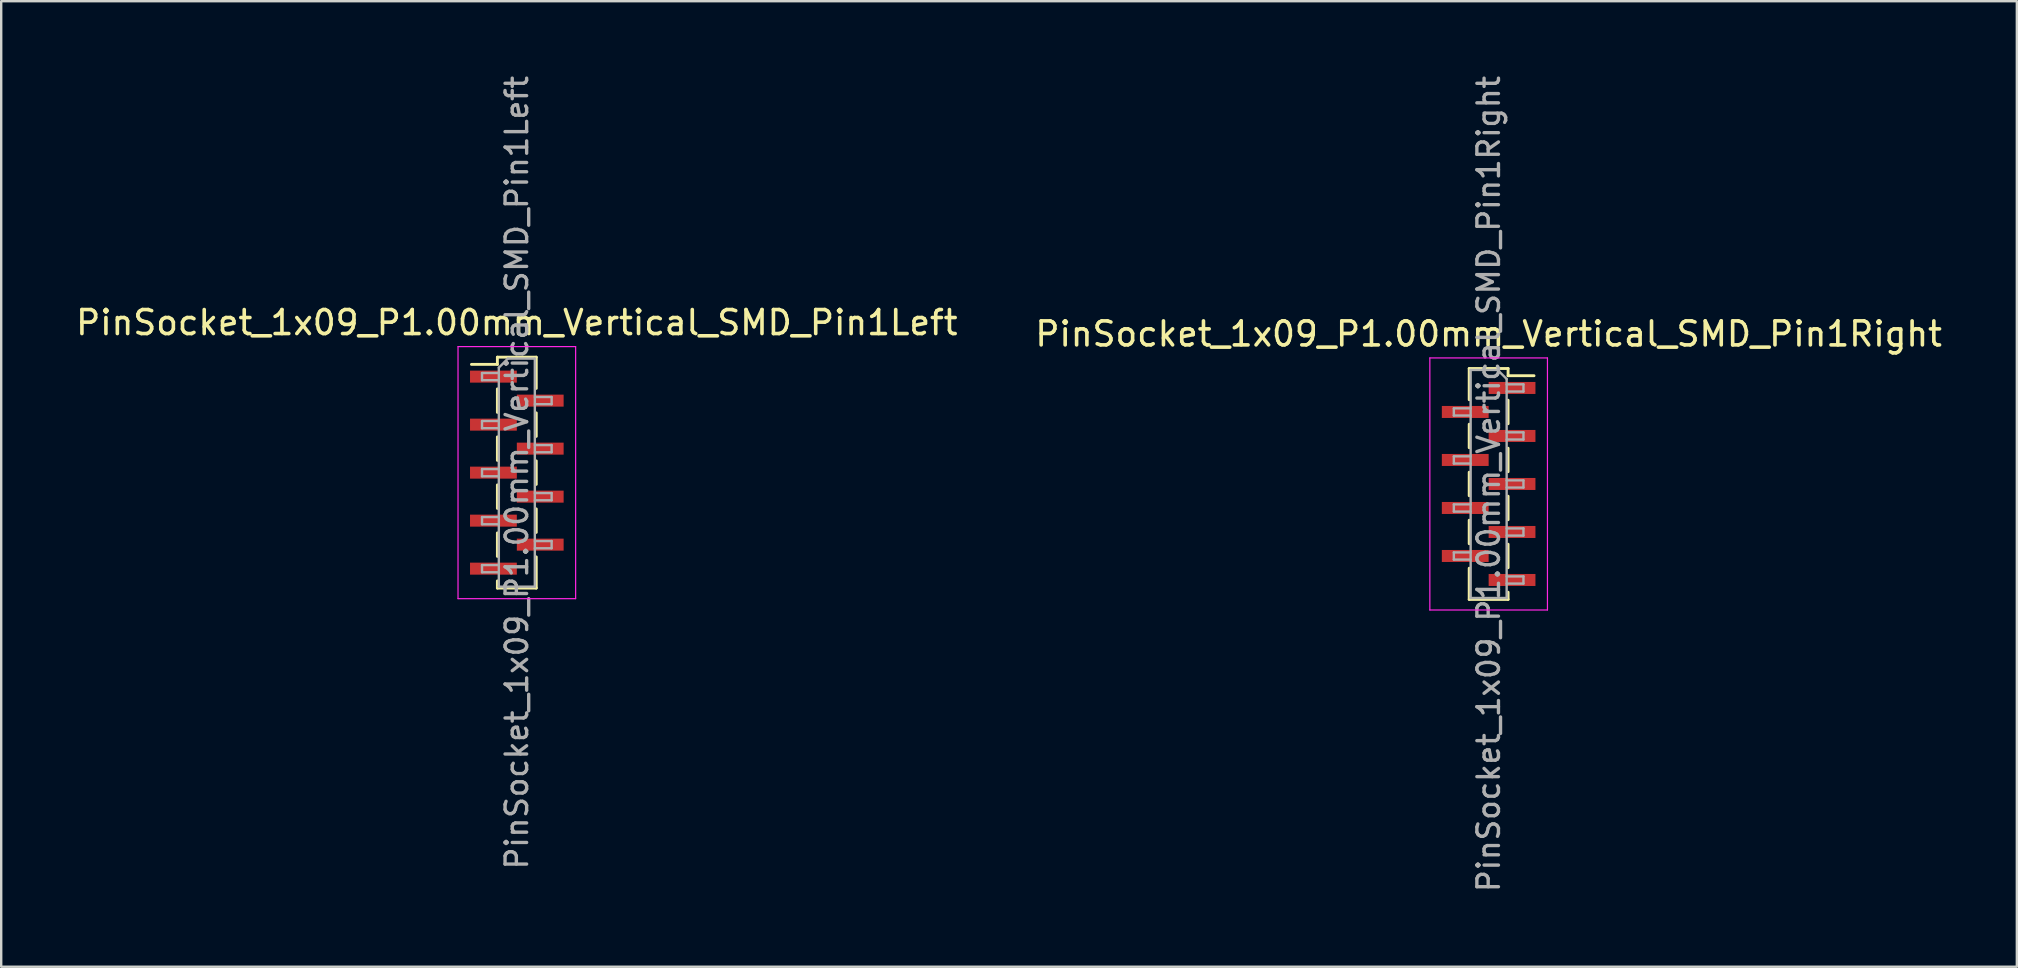
<source format=kicad_pcb>
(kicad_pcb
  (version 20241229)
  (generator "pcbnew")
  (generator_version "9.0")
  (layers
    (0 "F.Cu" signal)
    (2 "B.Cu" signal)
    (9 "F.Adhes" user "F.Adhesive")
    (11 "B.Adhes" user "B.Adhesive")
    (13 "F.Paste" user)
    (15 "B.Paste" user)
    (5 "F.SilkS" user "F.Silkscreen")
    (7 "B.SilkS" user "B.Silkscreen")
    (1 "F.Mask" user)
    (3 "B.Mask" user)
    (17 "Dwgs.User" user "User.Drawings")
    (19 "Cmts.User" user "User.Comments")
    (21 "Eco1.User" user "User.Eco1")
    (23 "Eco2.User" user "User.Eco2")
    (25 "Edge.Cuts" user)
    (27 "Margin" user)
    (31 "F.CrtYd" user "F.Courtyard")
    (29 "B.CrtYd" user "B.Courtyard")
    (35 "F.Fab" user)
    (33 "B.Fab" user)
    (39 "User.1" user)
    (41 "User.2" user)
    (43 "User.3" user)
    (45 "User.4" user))
  (footprint "PinSocket_1x09_P1.00mm_Vertical_SMD_Pin1Right"
    (layer "F.Cu")
    (at 58.97 17.113)
    (property "Reference" "PinSocket_1x09_P1.00mm_Vertical_SMD_Pin1Right" (at 0 -6.25 0) (layer "F.SilkS") (effects (font (size 1 1) (thickness 0.15))))
    (attr smd)
    (fp_line (start -0.81 -4.81) (end -0.81 -3.51) (stroke (width 0.12) (type solid)) (layer "F.SilkS"))
    (fp_line (start -0.81 -4.81) (end 0.81 -4.81) (stroke (width 0.12) (type solid)) (layer "F.SilkS"))
    (fp_line (start -0.81 -2.49) (end -0.81 -1.51) (stroke (width 0.12) (type solid)) (layer "F.SilkS"))
    (fp_line (start -0.81 -0.49) (end -0.81 0.49) (stroke (width 0.12) (type solid)) (layer "F.SilkS"))
    (fp_line (start -0.81 1.51) (end -0.81 2.49) (stroke (width 0.12) (type solid)) (layer "F.SilkS"))
    (fp_line (start -0.81 3.51) (end -0.81 4.81) (stroke (width 0.12) (type solid)) (layer "F.SilkS"))
    (fp_line (start -0.81 4.81) (end 0.81 4.81) (stroke (width 0.12) (type solid)) (layer "F.SilkS"))
    (fp_line (start 0.81 -4.81) (end 0.81 -4.51) (stroke (width 0.12) (type solid)) (layer "F.SilkS"))
    (fp_line (start 0.81 -4.51) (end 1.89 -4.51) (stroke (width 0.12) (type solid)) (layer "F.SilkS"))
    (fp_line (start 0.81 -3.49) (end 0.81 -2.51) (stroke (width 0.12) (type solid)) (layer "F.SilkS"))
    (fp_line (start 0.81 -1.49) (end 0.81 -0.51) (stroke (width 0.12) (type solid)) (layer "F.SilkS"))
    (fp_line (start 0.81 0.51) (end 0.81 1.49) (stroke (width 0.12) (type solid)) (layer "F.SilkS"))
    (fp_line (start 0.81 2.51) (end 0.81 3.49) (stroke (width 0.12) (type solid)) (layer "F.SilkS"))
    (fp_line (start 0.81 4.51) (end 0.81 4.81) (stroke (width 0.12) (type solid)) (layer "F.SilkS"))
    (fp_line (start -2.45 -5.25) (end 2.45 -5.25) (stroke (width 0.05) (type solid)) (layer "F.CrtYd"))
    (fp_line (start -2.45 5.25) (end -2.45 -5.25) (stroke (width 0.05) (type solid)) (layer "F.CrtYd"))
    (fp_line (start 2.45 -5.25) (end 2.45 5.25) (stroke (width 0.05) (type solid)) (layer "F.CrtYd"))
    (fp_line (start 2.45 5.25) (end -2.45 5.25) (stroke (width 0.05) (type solid)) (layer "F.CrtYd"))
    (fp_line (start -1.45 -3.15) (end -0.75 -3.15) (stroke (width 0.1) (type solid)) (layer "F.Fab"))
    (fp_line (start -1.45 -2.85) (end -1.45 -3.15) (stroke (width 0.1) (type solid)) (layer "F.Fab"))
    (fp_line (start -1.45 -1.15) (end -0.75 -1.15) (stroke (width 0.1) (type solid)) (layer "F.Fab"))
    (fp_line (start -1.45 -0.85) (end -1.45 -1.15) (stroke (width 0.1) (type solid)) (layer "F.Fab"))
    (fp_line (start -1.45 0.85) (end -0.75 0.85) (stroke (width 0.1) (type solid)) (layer "F.Fab"))
    (fp_line (start -1.45 1.15) (end -1.45 0.85) (stroke (width 0.1) (type solid)) (layer "F.Fab"))
    (fp_line (start -1.45 2.85) (end -0.75 2.85) (stroke (width 0.1) (type solid)) (layer "F.Fab"))
    (fp_line (start -1.45 3.15) (end -1.45 2.85) (stroke (width 0.1) (type solid)) (layer "F.Fab"))
    (fp_line (start -0.75 -4.75) (end 0.375 -4.75) (stroke (width 0.1) (type solid)) (layer "F.Fab"))
    (fp_line (start -0.75 -2.85) (end -1.45 -2.85) (stroke (width 0.1) (type solid)) (layer "F.Fab"))
    (fp_line (start -0.75 -0.85) (end -1.45 -0.85) (stroke (width 0.1) (type solid)) (layer "F.Fab"))
    (fp_line (start -0.75 1.15) (end -1.45 1.15) (stroke (width 0.1) (type solid)) (layer "F.Fab"))
    (fp_line (start -0.75 3.15) (end -1.45 3.15) (stroke (width 0.1) (type solid)) (layer "F.Fab"))
    (fp_line (start -0.75 4.75) (end -0.75 -4.75) (stroke (width 0.1) (type solid)) (layer "F.Fab"))
    (fp_line (start 0.375 -4.75) (end 0.75 -4.375) (stroke (width 0.1) (type solid)) (layer "F.Fab"))
    (fp_line (start 0.75 -4.375) (end 0.75 4.75) (stroke (width 0.1) (type solid)) (layer "F.Fab"))
    (fp_line (start 0.75 -4.15) (end 1.45 -4.15) (stroke (width 0.1) (type solid)) (layer "F.Fab"))
    (fp_line (start 0.75 -2.15) (end 1.45 -2.15) (stroke (width 0.1) (type solid)) (layer "F.Fab"))
    (fp_line (start 0.75 -0.15) (end 1.45 -0.15) (stroke (width 0.1) (type solid)) (layer "F.Fab"))
    (fp_line (start 0.75 1.85) (end 1.45 1.85) (stroke (width 0.1) (type solid)) (layer "F.Fab"))
    (fp_line (start 0.75 3.85) (end 1.45 3.85) (stroke (width 0.1) (type solid)) (layer "F.Fab"))
    (fp_line (start 0.75 4.75) (end -0.75 4.75) (stroke (width 0.1) (type solid)) (layer "F.Fab"))
    (fp_line (start 1.45 -4.15) (end 1.45 -3.85) (stroke (width 0.1) (type solid)) (layer "F.Fab"))
    (fp_line (start 1.45 -3.85) (end 0.75 -3.85) (stroke (width 0.1) (type solid)) (layer "F.Fab"))
    (fp_line (start 1.45 -2.15) (end 1.45 -1.85) (stroke (width 0.1) (type solid)) (layer "F.Fab"))
    (fp_line (start 1.45 -1.85) (end 0.75 -1.85) (stroke (width 0.1) (type solid)) (layer "F.Fab"))
    (fp_line (start 1.45 -0.15) (end 1.45 0.15) (stroke (width 0.1) (type solid)) (layer "F.Fab"))
    (fp_line (start 1.45 0.15) (end 0.75 0.15) (stroke (width 0.1) (type solid)) (layer "F.Fab"))
    (fp_line (start 1.45 1.85) (end 1.45 2.15) (stroke (width 0.1) (type solid)) (layer "F.Fab"))
    (fp_line (start 1.45 2.15) (end 0.75 2.15) (stroke (width 0.1) (type solid)) (layer "F.Fab"))
    (fp_line (start 1.45 3.85) (end 1.45 4.15) (stroke (width 0.1) (type solid)) (layer "F.Fab"))
    (fp_line (start 1.45 4.15) (end 0.75 4.15) (stroke (width 0.1) (type solid)) (layer "F.Fab"))
    (fp_text user "${REFERENCE}" (at 0 0 90) (layer "F.Fab") (effects (font (size 0.9 0.9) (thickness 0.14))))
    (pad "1" smd rect (at 0.975 -4) (size 1.95 0.5) (layers "F.Cu" "F.Mask" "F.Paste"))
    (pad "2" smd rect (at -0.975 -3) (size 1.95 0.5) (layers "F.Cu" "F.Mask" "F.Paste"))
    (pad "3" smd rect (at 0.975 -2) (size 1.95 0.5) (layers "F.Cu" "F.Mask" "F.Paste"))
    (pad "4" smd rect (at -0.975 -1) (size 1.95 0.5) (layers "F.Cu" "F.Mask" "F.Paste"))
    (pad "5" smd rect (at 0.975 0) (size 1.95 0.5) (layers "F.Cu" "F.Mask" "F.Paste"))
    (pad "6" smd rect (at -0.975 1) (size 1.95 0.5) (layers "F.Cu" "F.Mask" "F.Paste"))
    (pad "7" smd rect (at 0.975 2) (size 1.95 0.5) (layers "F.Cu" "F.Mask" "F.Paste"))
    (pad "8" smd rect (at -0.975 3) (size 1.95 0.5) (layers "F.Cu" "F.Mask" "F.Paste"))
    (pad "9" smd rect (at 0.975 4) (size 1.95 0.5) (layers "F.Cu" "F.Mask" "F.Paste")))
  (footprint "PinSocket_1x09_P1.00mm_Vertical_SMD_Pin1Left"
    (layer "F.Cu")
    (at 18.482 16.641)
    (property "Reference" "PinSocket_1x09_P1.00mm_Vertical_SMD_Pin1Left" (at 0 -6.25 0) (layer "F.SilkS") (effects (font (size 1 1) (thickness 0.15))))
    (attr smd)
    (fp_line (start -1.89 -4.51) (end -0.81 -4.51) (stroke (width 0.12) (type solid)) (layer "F.SilkS"))
    (fp_line (start -0.81 -4.81) (end -0.81 -4.51) (stroke (width 0.12) (type solid)) (layer "F.SilkS"))
    (fp_line (start -0.81 -4.81) (end 0.81 -4.81) (stroke (width 0.12) (type solid)) (layer "F.SilkS"))
    (fp_line (start -0.81 -3.49) (end -0.81 -2.51) (stroke (width 0.12) (type solid)) (layer "F.SilkS"))
    (fp_line (start -0.81 -1.49) (end -0.81 -0.51) (stroke (width 0.12) (type solid)) (layer "F.SilkS"))
    (fp_line (start -0.81 0.51) (end -0.81 1.49) (stroke (width 0.12) (type solid)) (layer "F.SilkS"))
    (fp_line (start -0.81 2.51) (end -0.81 3.49) (stroke (width 0.12) (type solid)) (layer "F.SilkS"))
    (fp_line (start -0.81 4.51) (end -0.81 4.81) (stroke (width 0.12) (type solid)) (layer "F.SilkS"))
    (fp_line (start -0.81 4.81) (end 0.81 4.81) (stroke (width 0.12) (type solid)) (layer "F.SilkS"))
    (fp_line (start 0.81 -4.81) (end 0.81 -3.51) (stroke (width 0.12) (type solid)) (layer "F.SilkS"))
    (fp_line (start 0.81 -2.49) (end 0.81 -1.51) (stroke (width 0.12) (type solid)) (layer "F.SilkS"))
    (fp_line (start 0.81 -0.49) (end 0.81 0.49) (stroke (width 0.12) (type solid)) (layer "F.SilkS"))
    (fp_line (start 0.81 1.51) (end 0.81 2.49) (stroke (width 0.12) (type solid)) (layer "F.SilkS"))
    (fp_line (start 0.81 3.51) (end 0.81 4.81) (stroke (width 0.12) (type solid)) (layer "F.SilkS"))
    (fp_line (start -2.45 -5.25) (end 2.45 -5.25) (stroke (width 0.05) (type solid)) (layer "F.CrtYd"))
    (fp_line (start -2.45 5.25) (end -2.45 -5.25) (stroke (width 0.05) (type solid)) (layer "F.CrtYd"))
    (fp_line (start 2.45 -5.25) (end 2.45 5.25) (stroke (width 0.05) (type solid)) (layer "F.CrtYd"))
    (fp_line (start 2.45 5.25) (end -2.45 5.25) (stroke (width 0.05) (type solid)) (layer "F.CrtYd"))
    (fp_line (start -1.45 -4.15) (end -0.75 -4.15) (stroke (width 0.1) (type solid)) (layer "F.Fab"))
    (fp_line (start -1.45 -3.85) (end -1.45 -4.15) (stroke (width 0.1) (type solid)) (layer "F.Fab"))
    (fp_line (start -1.45 -2.15) (end -0.75 -2.15) (stroke (width 0.1) (type solid)) (layer "F.Fab"))
    (fp_line (start -1.45 -1.85) (end -1.45 -2.15) (stroke (width 0.1) (type solid)) (layer "F.Fab"))
    (fp_line (start -1.45 -0.15) (end -0.75 -0.15) (stroke (width 0.1) (type solid)) (layer "F.Fab"))
    (fp_line (start -1.45 0.15) (end -1.45 -0.15) (stroke (width 0.1) (type solid)) (layer "F.Fab"))
    (fp_line (start -1.45 1.85) (end -0.75 1.85) (stroke (width 0.1) (type solid)) (layer "F.Fab"))
    (fp_line (start -1.45 2.15) (end -1.45 1.85) (stroke (width 0.1) (type solid)) (layer "F.Fab"))
    (fp_line (start -1.45 3.85) (end -0.75 3.85) (stroke (width 0.1) (type solid)) (layer "F.Fab"))
    (fp_line (start -1.45 4.15) (end -1.45 3.85) (stroke (width 0.1) (type solid)) (layer "F.Fab"))
    (fp_line (start -0.75 -4.375) (end -0.375 -4.75) (stroke (width 0.1) (type solid)) (layer "F.Fab"))
    (fp_line (start -0.75 -3.85) (end -1.45 -3.85) (stroke (width 0.1) (type solid)) (layer "F.Fab"))
    (fp_line (start -0.75 -1.85) (end -1.45 -1.85) (stroke (width 0.1) (type solid)) (layer "F.Fab"))
    (fp_line (start -0.75 0.15) (end -1.45 0.15) (stroke (width 0.1) (type solid)) (layer "F.Fab"))
    (fp_line (start -0.75 2.15) (end -1.45 2.15) (stroke (width 0.1) (type solid)) (layer "F.Fab"))
    (fp_line (start -0.75 4.15) (end -1.45 4.15) (stroke (width 0.1) (type solid)) (layer "F.Fab"))
    (fp_line (start -0.75 4.75) (end -0.75 -4.375) (stroke (width 0.1) (type solid)) (layer "F.Fab"))
    (fp_line (start -0.375 -4.75) (end 0.75 -4.75) (stroke (width 0.1) (type solid)) (layer "F.Fab"))
    (fp_line (start 0.75 -4.75) (end 0.75 4.75) (stroke (width 0.1) (type solid)) (layer "F.Fab"))
    (fp_line (start 0.75 -3.15) (end 1.45 -3.15) (stroke (width 0.1) (type solid)) (layer "F.Fab"))
    (fp_line (start 0.75 -1.15) (end 1.45 -1.15) (stroke (width 0.1) (type solid)) (layer "F.Fab"))
    (fp_line (start 0.75 0.85) (end 1.45 0.85) (stroke (width 0.1) (type solid)) (layer "F.Fab"))
    (fp_line (start 0.75 2.85) (end 1.45 2.85) (stroke (width 0.1) (type solid)) (layer "F.Fab"))
    (fp_line (start 0.75 4.75) (end -0.75 4.75) (stroke (width 0.1) (type solid)) (layer "F.Fab"))
    (fp_line (start 1.45 -3.15) (end 1.45 -2.85) (stroke (width 0.1) (type solid)) (layer "F.Fab"))
    (fp_line (start 1.45 -2.85) (end 0.75 -2.85) (stroke (width 0.1) (type solid)) (layer "F.Fab"))
    (fp_line (start 1.45 -1.15) (end 1.45 -0.85) (stroke (width 0.1) (type solid)) (layer "F.Fab"))
    (fp_line (start 1.45 -0.85) (end 0.75 -0.85) (stroke (width 0.1) (type solid)) (layer "F.Fab"))
    (fp_line (start 1.45 0.85) (end 1.45 1.15) (stroke (width 0.1) (type solid)) (layer "F.Fab"))
    (fp_line (start 1.45 1.15) (end 0.75 1.15) (stroke (width 0.1) (type solid)) (layer "F.Fab"))
    (fp_line (start 1.45 2.85) (end 1.45 3.15) (stroke (width 0.1) (type solid)) (layer "F.Fab"))
    (fp_line (start 1.45 3.15) (end 0.75 3.15) (stroke (width 0.1) (type solid)) (layer "F.Fab"))
    (fp_text user "${REFERENCE}" (at 0 0 90) (layer "F.Fab") (effects (font (size 0.9 0.9) (thickness 0.14))))
    (pad "1" smd rect (at -0.975 -4) (size 1.95 0.5) (layers "F.Cu" "F.Mask" "F.Paste"))
    (pad "2" smd rect (at 0.975 -3) (size 1.95 0.5) (layers "F.Cu" "F.Mask" "F.Paste"))
    (pad "3" smd rect (at -0.975 -2) (size 1.95 0.5) (layers "F.Cu" "F.Mask" "F.Paste"))
    (pad "4" smd rect (at 0.975 -1) (size 1.95 0.5) (layers "F.Cu" "F.Mask" "F.Paste"))
    (pad "5" smd rect (at -0.975 0) (size 1.95 0.5) (layers "F.Cu" "F.Mask" "F.Paste"))
    (pad "6" smd rect (at 0.975 1) (size 1.95 0.5) (layers "F.Cu" "F.Mask" "F.Paste"))
    (pad "7" smd rect (at -0.975 2) (size 1.95 0.5) (layers "F.Cu" "F.Mask" "F.Paste"))
    (pad "8" smd rect (at 0.975 3) (size 1.95 0.5) (layers "F.Cu" "F.Mask" "F.Paste"))
    (pad "9" smd rect (at -0.975 4) (size 1.95 0.5) (layers "F.Cu" "F.Mask" "F.Paste")))
  (gr_rect
    (start -3 -3)
    (end 80.976 37.226)
    (stroke (width 0.1) (type default))
    (fill no)
    (layer "Edge.Cuts")))
</source>
